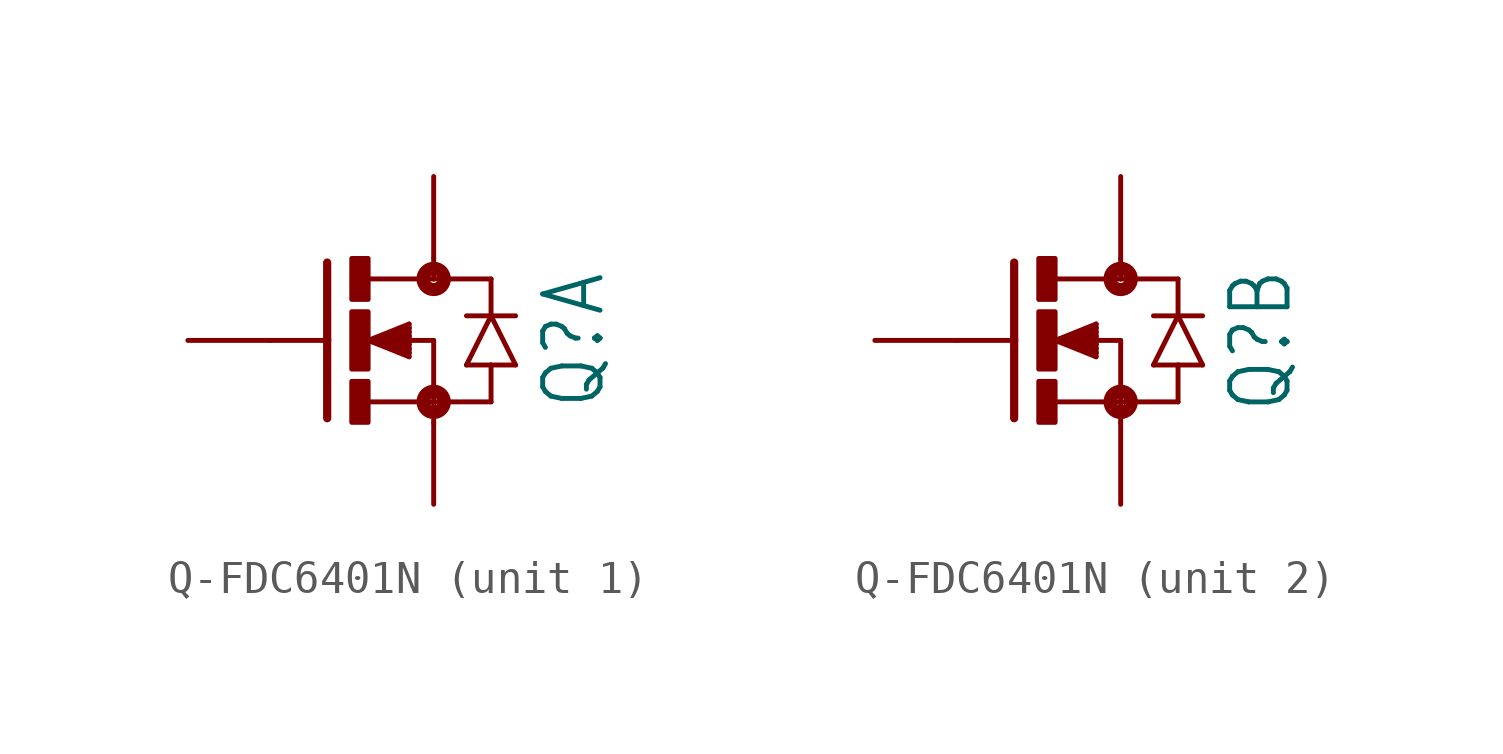
<source format=kicad_sym>
(kicad_symbol_lib
  (version 20231120)
  (generator "kicad_symbol_editor")
  (generator_version "8.0")
  (symbol "Q-FDC6401N"
    (property "Reference" "Q"
      (at 5.842 0 90)
      (effects (font (size 1.778 1.511)) (justify top)))
    (property "Value" ""
      (at 8.382 0 90)
      (effects (font (size 1.778 1.511)) (justify top)))
    (property "ki_locked" ""
      (at 0 0 0)
      (effects (font (size 1.27 1.27))))
    (symbol "Q-FDC6401N_1_0"
      (rectangle (start 0 -2.54) (end 0.508 -1.27) (stroke (width 0) (type default)) (fill (type outline)))
      (rectangle (start 0 -0.889) (end 0.508 0.889) (stroke (width 0) (type default)) (fill (type outline)))
      (polyline (pts (xy -0.762 0) (xy -2.54 0)) (stroke (width 0.152) (type solid)) (fill (type none)))
      (polyline (pts (xy -0.762 0) (xy -0.762 -2.413)) (stroke (width 0.254) (type solid)) (fill (type none)))
      (polyline (pts (xy -0.762 2.413) (xy -0.762 0)) (stroke (width 0.254) (type solid)) (fill (type none)))
      (polyline (pts (xy 0.508 -1.905) (xy 2.54 -1.905)) (stroke (width 0.152) (type solid)) (fill (type none)))
      (polyline (pts (xy 0.508 0) (xy 1.778 -0.508)) (stroke (width 0.152) (type solid)) (fill (type none)))
      (polyline (pts (xy 0.508 0) (xy 1.778 -0.381)) (stroke (width 0.152) (type solid)) (fill (type none)))
      (polyline (pts (xy 0.508 0) (xy 1.778 -0.254)) (stroke (width 0.152) (type solid)) (fill (type none)))
      (polyline (pts (xy 0.508 0) (xy 1.778 -0.127)) (stroke (width 0.152) (type solid)) (fill (type none)))
      (polyline (pts (xy 0.508 0) (xy 1.778 0.127)) (stroke (width 0.152) (type solid)) (fill (type none)))
      (polyline (pts (xy 0.508 0) (xy 1.778 0.254)) (stroke (width 0.152) (type solid)) (fill (type none)))
      (polyline (pts (xy 0.508 0) (xy 1.778 0.381)) (stroke (width 0.152) (type solid)) (fill (type none)))
      (polyline (pts (xy 0.508 0) (xy 1.778 0.508)) (stroke (width 0.152) (type solid)) (fill (type none)))
      (polyline (pts (xy 1.778 -0.381) (xy 1.778 -0.508)) (stroke (width 0.152) (type solid)) (fill (type none)))
      (polyline (pts (xy 1.778 -0.254) (xy 1.778 -0.381)) (stroke (width 0.152) (type solid)) (fill (type none)))
      (polyline (pts (xy 1.778 -0.127) (xy 1.778 -0.254)) (stroke (width 0.152) (type solid)) (fill (type none)))
      (polyline (pts (xy 1.778 0.127) (xy 1.778 -0.127)) (stroke (width 0.152) (type solid)) (fill (type none)))
      (polyline (pts (xy 1.778 0.254) (xy 1.778 0.127)) (stroke (width 0.152) (type solid)) (fill (type none)))
      (polyline (pts (xy 1.778 0.381) (xy 1.778 0.254)) (stroke (width 0.152) (type solid)) (fill (type none)))
      (polyline (pts (xy 1.778 0.508) (xy 1.778 0.381)) (stroke (width 0.152) (type solid)) (fill (type none)))
      (polyline (pts (xy 2.54 -1.905) (xy 2.54 -2.54)) (stroke (width 0.152) (type solid)) (fill (type none)))
      (polyline (pts (xy 2.54 0) (xy 0.508 0)) (stroke (width 0.152) (type solid)) (fill (type none)))
      (polyline (pts (xy 2.54 0) (xy 2.54 -1.905)) (stroke (width 0.152) (type solid)) (fill (type none)))
      (polyline (pts (xy 2.54 1.905) (xy 0.533 1.905)) (stroke (width 0.152) (type solid)) (fill (type none)))
      (polyline (pts (xy 2.54 2.54) (xy 2.54 1.905)) (stroke (width 0.152) (type solid)) (fill (type none)))
      (polyline (pts (xy 3.556 -0.762) (xy 4.318 -0.762)) (stroke (width 0.152) (type solid)) (fill (type none)))
      (polyline (pts (xy 3.556 0.762) (xy 4.318 0.762)) (stroke (width 0.152) (type solid)) (fill (type none)))
      (polyline (pts (xy 4.318 -1.905) (xy 2.54 -1.905)) (stroke (width 0.152) (type solid)) (fill (type none)))
      (polyline (pts (xy 4.318 -1.905) (xy 4.318 -0.762)) (stroke (width 0.152) (type solid)) (fill (type none)))
      (polyline (pts (xy 4.318 -0.762) (xy 5.08 -0.762)) (stroke (width 0.152) (type solid)) (fill (type none)))
      (polyline (pts (xy 4.318 0.762) (xy 3.556 -0.762)) (stroke (width 0.152) (type solid)) (fill (type none)))
      (polyline (pts (xy 4.318 0.762) (xy 5.08 0.762)) (stroke (width 0.152) (type solid)) (fill (type none)))
      (polyline (pts (xy 4.318 1.905) (xy 2.54 1.905)) (stroke (width 0.152) (type solid)) (fill (type none)))
      (polyline (pts (xy 4.318 1.905) (xy 4.318 0.762)) (stroke (width 0.152) (type solid)) (fill (type none)))
      (polyline (pts (xy 5.08 -0.762) (xy 4.318 0.762)) (stroke (width 0.152) (type solid)) (fill (type none)))
      (rectangle (start 0 1.27) (end 0.508 2.54) (stroke (width 0) (type default)) (fill (type outline)))
      (circle (center 2.54 -1.905) (radius 0.127) (stroke (width 0.406) (type solid)) (fill (type none)))
      (circle (center 2.54 1.905) (radius 0.127) (stroke (width 0.406) (type solid)) (fill (type none)))
      (pin passive line (at -5.08 0 0) (length 2.54) (name "G" (effects (font (size 0 0)))) (number "1" (effects (font (size 0 0)))))
      (pin passive line (at 2.54 -5.08 90) (length 2.54) (name "S" (effects (font (size 0 0)))) (number "5" (effects (font (size 0 0)))))
      (pin passive line (at 2.54 5.08 270) (length 2.54) (name "D" (effects (font (size 0 0)))) (number "6" (effects (font (size 0 0))))))
    (symbol "Q-FDC6401N_2_0"
      (rectangle (start 0 -2.54) (end 0.508 -1.27) (stroke (width 0) (type default)) (fill (type outline)))
      (rectangle (start 0 -0.889) (end 0.508 0.889) (stroke (width 0) (type default)) (fill (type outline)))
      (polyline (pts (xy -0.762 0) (xy -2.54 0)) (stroke (width 0.152) (type solid)) (fill (type none)))
      (polyline (pts (xy -0.762 0) (xy -0.762 -2.413)) (stroke (width 0.254) (type solid)) (fill (type none)))
      (polyline (pts (xy -0.762 2.413) (xy -0.762 0)) (stroke (width 0.254) (type solid)) (fill (type none)))
      (polyline (pts (xy 0.508 -1.905) (xy 2.54 -1.905)) (stroke (width 0.152) (type solid)) (fill (type none)))
      (polyline (pts (xy 0.508 0) (xy 1.778 -0.508)) (stroke (width 0.152) (type solid)) (fill (type none)))
      (polyline (pts (xy 0.508 0) (xy 1.778 -0.381)) (stroke (width 0.152) (type solid)) (fill (type none)))
      (polyline (pts (xy 0.508 0) (xy 1.778 -0.254)) (stroke (width 0.152) (type solid)) (fill (type none)))
      (polyline (pts (xy 0.508 0) (xy 1.778 -0.127)) (stroke (width 0.152) (type solid)) (fill (type none)))
      (polyline (pts (xy 0.508 0) (xy 1.778 0.127)) (stroke (width 0.152) (type solid)) (fill (type none)))
      (polyline (pts (xy 0.508 0) (xy 1.778 0.254)) (stroke (width 0.152) (type solid)) (fill (type none)))
      (polyline (pts (xy 0.508 0) (xy 1.778 0.381)) (stroke (width 0.152) (type solid)) (fill (type none)))
      (polyline (pts (xy 0.508 0) (xy 1.778 0.508)) (stroke (width 0.152) (type solid)) (fill (type none)))
      (polyline (pts (xy 1.778 -0.381) (xy 1.778 -0.508)) (stroke (width 0.152) (type solid)) (fill (type none)))
      (polyline (pts (xy 1.778 -0.254) (xy 1.778 -0.381)) (stroke (width 0.152) (type solid)) (fill (type none)))
      (polyline (pts (xy 1.778 -0.127) (xy 1.778 -0.254)) (stroke (width 0.152) (type solid)) (fill (type none)))
      (polyline (pts (xy 1.778 0.127) (xy 1.778 -0.127)) (stroke (width 0.152) (type solid)) (fill (type none)))
      (polyline (pts (xy 1.778 0.254) (xy 1.778 0.127)) (stroke (width 0.152) (type solid)) (fill (type none)))
      (polyline (pts (xy 1.778 0.381) (xy 1.778 0.254)) (stroke (width 0.152) (type solid)) (fill (type none)))
      (polyline (pts (xy 1.778 0.508) (xy 1.778 0.381)) (stroke (width 0.152) (type solid)) (fill (type none)))
      (polyline (pts (xy 2.54 -1.905) (xy 2.54 -2.54)) (stroke (width 0.152) (type solid)) (fill (type none)))
      (polyline (pts (xy 2.54 0) (xy 0.508 0)) (stroke (width 0.152) (type solid)) (fill (type none)))
      (polyline (pts (xy 2.54 0) (xy 2.54 -1.905)) (stroke (width 0.152) (type solid)) (fill (type none)))
      (polyline (pts (xy 2.54 1.905) (xy 0.533 1.905)) (stroke (width 0.152) (type solid)) (fill (type none)))
      (polyline (pts (xy 2.54 2.54) (xy 2.54 1.905)) (stroke (width 0.152) (type solid)) (fill (type none)))
      (polyline (pts (xy 3.556 -0.762) (xy 4.318 -0.762)) (stroke (width 0.152) (type solid)) (fill (type none)))
      (polyline (pts (xy 3.556 0.762) (xy 4.318 0.762)) (stroke (width 0.152) (type solid)) (fill (type none)))
      (polyline (pts (xy 4.318 -1.905) (xy 2.54 -1.905)) (stroke (width 0.152) (type solid)) (fill (type none)))
      (polyline (pts (xy 4.318 -1.905) (xy 4.318 -0.762)) (stroke (width 0.152) (type solid)) (fill (type none)))
      (polyline (pts (xy 4.318 -0.762) (xy 5.08 -0.762)) (stroke (width 0.152) (type solid)) (fill (type none)))
      (polyline (pts (xy 4.318 0.762) (xy 3.556 -0.762)) (stroke (width 0.152) (type solid)) (fill (type none)))
      (polyline (pts (xy 4.318 0.762) (xy 5.08 0.762)) (stroke (width 0.152) (type solid)) (fill (type none)))
      (polyline (pts (xy 4.318 1.905) (xy 2.54 1.905)) (stroke (width 0.152) (type solid)) (fill (type none)))
      (polyline (pts (xy 4.318 1.905) (xy 4.318 0.762)) (stroke (width 0.152) (type solid)) (fill (type none)))
      (polyline (pts (xy 5.08 -0.762) (xy 4.318 0.762)) (stroke (width 0.152) (type solid)) (fill (type none)))
      (rectangle (start 0 1.27) (end 0.508 2.54) (stroke (width 0) (type default)) (fill (type outline)))
      (circle (center 2.54 -1.905) (radius 0.127) (stroke (width 0.406) (type solid)) (fill (type none)))
      (circle (center 2.54 1.905) (radius 0.127) (stroke (width 0.406) (type solid)) (fill (type none)))
      (pin passive line (at 2.54 -5.08 90) (length 2.54) (name "S" (effects (font (size 0 0)))) (number "2" (effects (font (size 0 0)))))
      (pin passive line (at -5.08 0 0) (length 2.54) (name "G" (effects (font (size 0 0)))) (number "3" (effects (font (size 0 0)))))
      (pin passive line (at 2.54 5.08 270) (length 2.54) (name "D" (effects (font (size 0 0)))) (number "4" (effects (font (size 0 0))))))))
</source>
